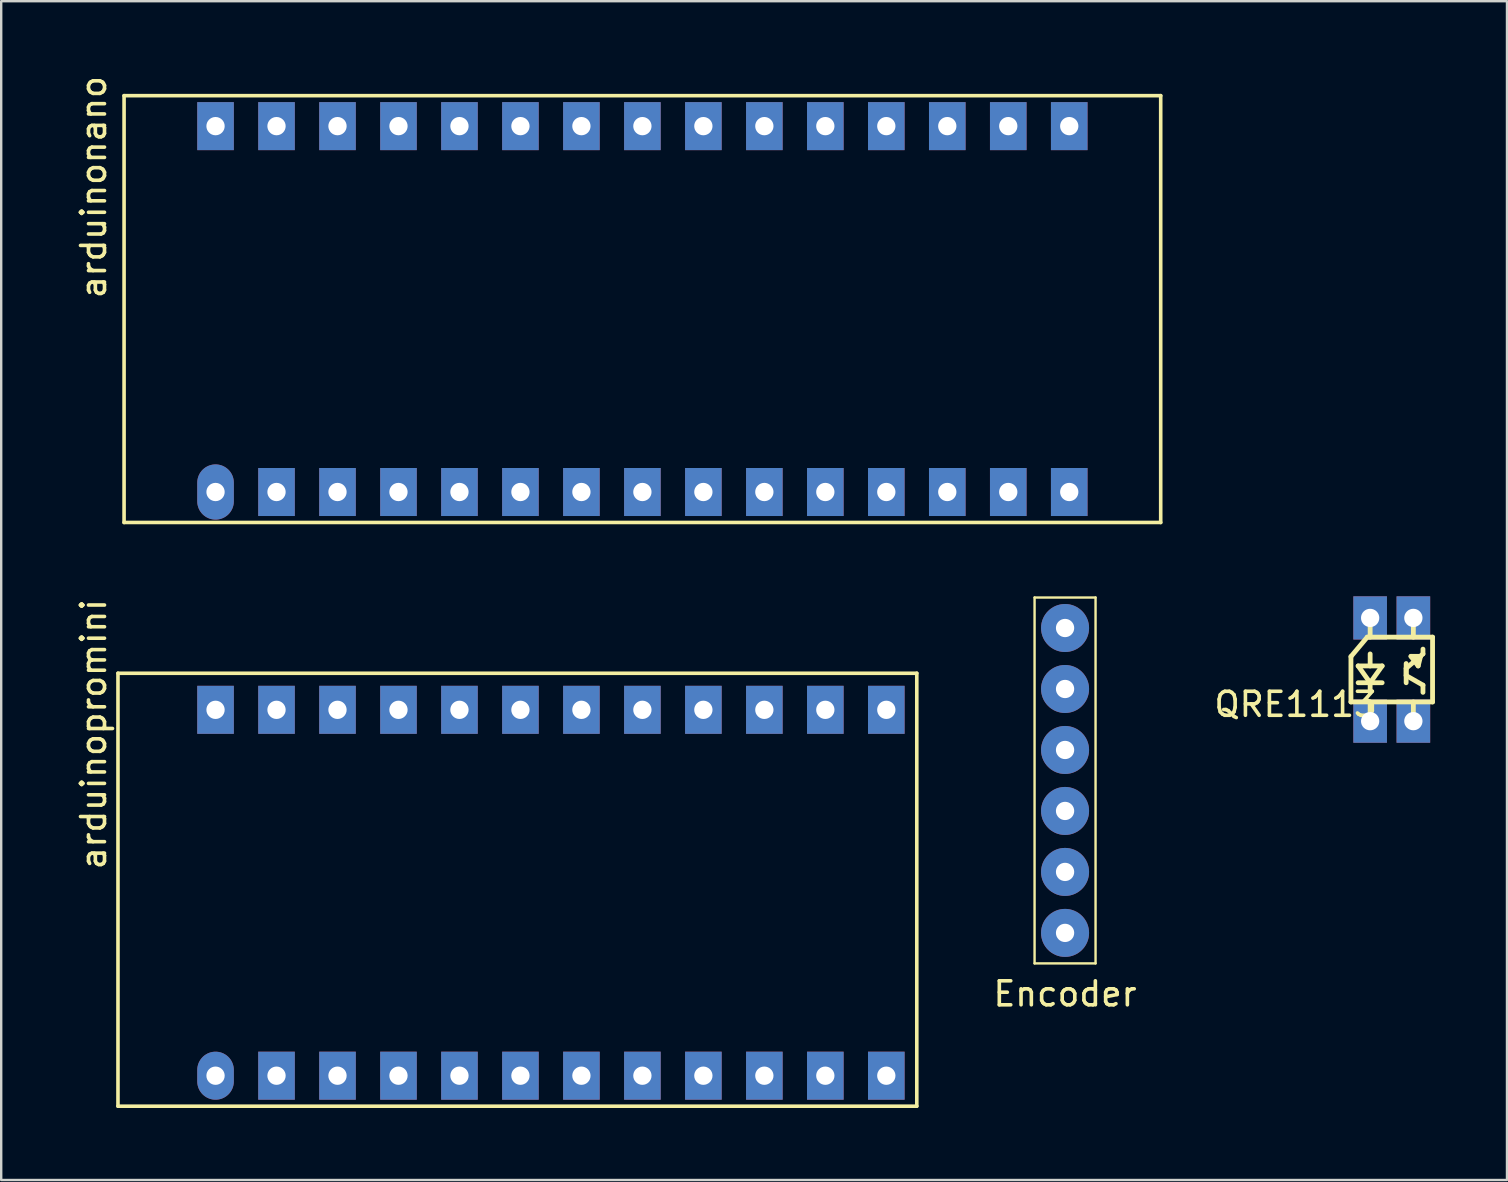
<source format=kicad_pcb>
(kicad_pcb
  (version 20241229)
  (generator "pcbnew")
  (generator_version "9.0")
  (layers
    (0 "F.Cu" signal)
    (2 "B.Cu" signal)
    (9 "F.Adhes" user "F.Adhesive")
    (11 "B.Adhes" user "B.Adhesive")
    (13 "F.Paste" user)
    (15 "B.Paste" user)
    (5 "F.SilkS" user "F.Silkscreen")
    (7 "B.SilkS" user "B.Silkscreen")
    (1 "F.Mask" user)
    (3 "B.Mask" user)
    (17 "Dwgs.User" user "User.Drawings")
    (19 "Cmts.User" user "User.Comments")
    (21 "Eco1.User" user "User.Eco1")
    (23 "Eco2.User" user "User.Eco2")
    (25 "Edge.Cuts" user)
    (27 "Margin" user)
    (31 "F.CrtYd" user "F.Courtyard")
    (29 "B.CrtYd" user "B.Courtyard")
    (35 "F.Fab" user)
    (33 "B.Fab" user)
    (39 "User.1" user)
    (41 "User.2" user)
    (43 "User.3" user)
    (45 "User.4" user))
  (footprint "QRE1113"
    (layer "F.Cu")
    (at 53.222 26.189)
    (property "Reference" "QRE1113" (at -2.3 0.1 0) (layer "F.SilkS") (effects (font (size 1 1) (thickness 0.15))))
    (attr through_hole)
    (fp_line (start 0 -1.89) (end 0 0) (stroke (width 0.2) (type solid)) (layer "F.SilkS"))
    (fp_line (start 0 0) (end 3.4 0) (stroke (width 0.2) (type solid)) (layer "F.SilkS"))
    (fp_line (start 0.3 -1.5) (end 1.3 -1.5) (stroke (width 0.2) (type solid)) (layer "F.SilkS"))
    (fp_line (start 0.68 -2.7) (end 0 -1.89) (stroke (width 0.2) (type solid)) (layer "F.SilkS"))
    (fp_line (start 0.8 -3.5) (end 0.8 -2.7) (stroke (width 0.2) (type solid)) (layer "F.SilkS"))
    (fp_line (start 0.8 -1.5) (end 0.8 -2) (stroke (width 0.2) (type solid)) (layer "F.SilkS"))
    (fp_line (start 0.8 -0.8) (end 0.3 -1.5) (stroke (width 0.2) (type solid)) (layer "F.SilkS"))
    (fp_line (start 0.8 -0.8) (end 0.8 -0.4) (stroke (width 0.2) (type solid)) (layer "F.SilkS"))
    (fp_line (start 0.8 0) (end 0.8 0.8) (stroke (width 0.2) (type solid)) (layer "F.SilkS"))
    (fp_line (start 1.3 -1.5) (end 0.8 -0.8) (stroke (width 0.2) (type solid)) (layer "F.SilkS"))
    (fp_line (start 1.3 -0.8) (end 0.3 -0.8) (stroke (width 0.2) (type solid)) (layer "F.SilkS"))
    (fp_line (start 2.3 -1.4) (end 2.3 -1.1) (stroke (width 0.2) (type solid)) (layer "F.SilkS"))
    (fp_line (start 2.3 -1.1) (end 3 -0.7) (stroke (width 0.2) (type solid)) (layer "F.SilkS"))
    (fp_line (start 2.3 -0.8) (end 2.3 -1.6) (stroke (width 0.2) (type solid)) (layer "F.SilkS"))
    (fp_line (start 2.5 -1.9) (end 2.8 -1.5) (stroke (width 0.2) (type solid)) (layer "F.SilkS"))
    (fp_line (start 2.6 -3.5) (end 2.6 -2.7) (stroke (width 0.2) (type solid)) (layer "F.SilkS"))
    (fp_line (start 2.6 0.8) (end 2.6 0) (stroke (width 0.2) (type solid)) (layer "F.SilkS"))
    (fp_line (start 2.8 -1.5) (end 2.9 -1.9) (stroke (width 0.2) (type solid)) (layer "F.SilkS"))
    (fp_line (start 2.9 -1.9) (end 2.5 -1.9) (stroke (width 0.2) (type solid)) (layer "F.SilkS"))
    (fp_line (start 3 -2) (end 2.3 -1.4) (stroke (width 0.2) (type solid)) (layer "F.SilkS"))
    (fp_line (start 3 -2) (end 3 -2.2) (stroke (width 0.2) (type solid)) (layer "F.SilkS"))
    (fp_line (start 3 -0.7) (end 3 -0.4) (stroke (width 0.2) (type solid)) (layer "F.SilkS"))
    (fp_line (start 3.4 -2.7) (end 0.68 -2.7) (stroke (width 0.2) (type solid)) (layer "F.SilkS"))
    (fp_line (start 3.4 0) (end 3.4 -2.7) (stroke (width 0.2) (type solid)) (layer "F.SilkS"))
    (pad "1" thru_hole rect (at 0.8 -3.5) (size 1.4 1.8) (drill 0.762) (layers "*.Cu" "*.Mask"))
    (pad "2" thru_hole rect (at 0.8 0.8) (size 1.4 1.8) (drill 0.762) (layers "*.Cu" "*.Mask"))
    (pad "3" thru_hole rect (at 2.6 0.8) (size 1.4 1.8) (drill 0.762) (layers "*.Cu" "*.Mask"))
    (pad "4" thru_hole rect (at 2.6 -3.5) (size 1.4 1.8) (drill 0.762) (layers "*.Cu" "*.Mask")))
  (footprint "arduinonano"
    (layer "F.Cu")
    (at 3.388 12.364)
    (property "Reference" "arduinonano" (at -2.54 -7.62 90) (layer "F.SilkS") (effects (font (size 1 1) (thickness 0.15))))
    (attr through_hole)
    (fp_line (start -1.27 -11.43) (end -1.27 6.35) (stroke (width 0.15) (type solid)) (layer "F.SilkS"))
    (fp_line (start -1.27 6.35) (end 41.91 6.35) (stroke (width 0.15) (type solid)) (layer "F.SilkS"))
    (fp_line (start 41.91 -11.43) (end -1.27 -11.43) (stroke (width 0.15) (type solid)) (layer "F.SilkS"))
    (fp_line (start 41.91 6.35) (end 41.91 -11.43) (stroke (width 0.15) (type solid)) (layer "F.SilkS"))
    (pad "1" thru_hole oval (at 2.54 5.08) (size 1.524 2.3) (drill 0.762) (layers "*.Cu" "*.Mask"))
    (pad "2" thru_hole rect (at 5.08 5.08) (size 1.524 2) (drill 0.762) (layers "*.Cu" "*.Mask"))
    (pad "3" thru_hole rect (at 7.62 5.08) (size 1.524 2) (drill 0.762) (layers "*.Cu" "*.Mask"))
    (pad "4" thru_hole rect (at 10.16 5.08) (size 1.524 2) (drill 0.762) (layers "*.Cu" "*.Mask"))
    (pad "5" thru_hole rect (at 12.7 5.08) (size 1.524 2) (drill 0.762) (layers "*.Cu" "*.Mask"))
    (pad "6" thru_hole trapezoid (at 15.24 5.08) (size 1.524 2) (drill 0.762) (layers "*.Cu" "*.Mask"))
    (pad "7" thru_hole trapezoid (at 17.78 5.08) (size 1.524 2) (drill 0.762) (layers "*.Cu" "*.Mask"))
    (pad "8" thru_hole trapezoid (at 20.32 5.08) (size 1.524 2) (drill 0.762) (layers "*.Cu" "*.Mask"))
    (pad "9" thru_hole trapezoid (at 22.86 5.08) (size 1.524 2) (drill 0.762) (layers "*.Cu" "*.Mask"))
    (pad "10" thru_hole trapezoid (at 25.4 5.08) (size 1.524 2) (drill 0.762) (layers "*.Cu" "*.Mask"))
    (pad "11" thru_hole trapezoid (at 27.94 5.08) (size 1.524 2) (drill 0.762) (layers "*.Cu" "*.Mask"))
    (pad "12" thru_hole trapezoid (at 30.48 5.08) (size 1.524 2) (drill 0.762) (layers "*.Cu" "*.Mask"))
    (pad "13" thru_hole trapezoid (at 33.02 5.08) (size 1.524 2) (drill 0.762) (layers "*.Cu" "*.Mask"))
    (pad "14" thru_hole trapezoid (at 35.56 5.08) (size 1.524 2) (drill 0.762) (layers "*.Cu" "*.Mask"))
    (pad "15" thru_hole trapezoid (at 38.1 5.08) (size 1.524 2) (drill 0.762) (layers "*.Cu" "*.Mask"))
    (pad "16" thru_hole rect (at 38.1 -10.16) (size 1.524 2) (drill 0.762) (layers "*.Cu" "*.Mask"))
    (pad "17" thru_hole trapezoid (at 35.56 -10.16) (size 1.524 2) (drill 0.762) (layers "*.Cu" "*.Mask"))
    (pad "18" thru_hole trapezoid (at 33.02 -10.16) (size 1.524 2) (drill 0.762) (layers "*.Cu" "*.Mask"))
    (pad "19" thru_hole trapezoid (at 30.48 -10.16) (size 1.524 2) (drill 0.762) (layers "*.Cu" "*.Mask"))
    (pad "20" thru_hole trapezoid (at 27.94 -10.16) (size 1.524 2) (drill 0.762) (layers "*.Cu" "*.Mask"))
    (pad "21" thru_hole trapezoid (at 25.4 -10.16) (size 1.524 2) (drill 0.762) (layers "*.Cu" "*.Mask"))
    (pad "22" thru_hole trapezoid (at 22.86 -10.16) (size 1.524 2) (drill 0.762) (layers "*.Cu" "*.Mask"))
    (pad "23" thru_hole trapezoid (at 20.32 -10.16) (size 1.524 2) (drill 0.762) (layers "*.Cu" "*.Mask"))
    (pad "24" thru_hole trapezoid (at 17.78 -10.16) (size 1.524 2) (drill 0.762) (layers "*.Cu" "*.Mask"))
    (pad "25" thru_hole trapezoid (at 15.24 -10.16) (size 1.524 2) (drill 0.762) (layers "*.Cu" "*.Mask"))
    (pad "26" thru_hole trapezoid (at 12.7 -10.16) (size 1.524 2) (drill 0.762) (layers "*.Cu" "*.Mask"))
    (pad "27" thru_hole trapezoid (at 10.16 -10.16) (size 1.524 2) (drill 0.762) (layers "*.Cu" "*.Mask"))
    (pad "28" thru_hole trapezoid (at 7.62 -10.16) (size 1.524 2) (drill 0.762) (layers "*.Cu" "*.Mask"))
    (pad "29" thru_hole trapezoid (at 5.08 -10.16) (size 1.524 2) (drill 0.762) (layers "*.Cu" "*.Mask"))
    (pad "30" thru_hole trapezoid (at 2.54 -10.16) (size 1.524 2) (drill 0.762) (layers "*.Cu" "*.Mask")))
  (footprint "arduinopromini"
    (layer "F.Cu")
    (at 23.708 39.217)
    (property "Reference" "arduinopromini" (at -22.86 -11.684 90) (layer "F.SilkS") (effects (font (size 1 1) (thickness 0.15))))
    (attr through_hole)
    (fp_line (start -21.844 -14.224) (end 11.43 -14.224) (stroke (width 0.15) (type solid)) (layer "F.SilkS"))
    (fp_line (start -21.844 3.81) (end -21.844 -14.224) (stroke (width 0.15) (type solid)) (layer "F.SilkS"))
    (fp_line (start 11.43 -14.224) (end 11.43 3.81) (stroke (width 0.15) (type solid)) (layer "F.SilkS"))
    (fp_line (start 11.43 3.81) (end -21.844 3.81) (stroke (width 0.15) (type solid)) (layer "F.SilkS"))
    (pad "1" thru_hole oval (at -17.78 2.54) (size 1.524 2) (drill 0.762) (layers "*.Cu" "*.Mask"))
    (pad "2" thru_hole trapezoid (at -15.24 2.54) (size 1.524 2) (drill 0.762) (layers "*.Cu" "*.Mask"))
    (pad "3" thru_hole trapezoid (at -12.7 2.54) (size 1.524 2) (drill 0.762) (layers "*.Cu" "*.Mask"))
    (pad "4" thru_hole trapezoid (at -10.16 2.54) (size 1.524 2) (drill 0.762) (layers "*.Cu" "*.Mask"))
    (pad "5" thru_hole trapezoid (at -7.62 2.54) (size 1.524 2) (drill 0.762) (layers "*.Cu" "*.Mask"))
    (pad "6" thru_hole trapezoid (at -5.08 2.54) (size 1.524 2) (drill 0.762) (layers "*.Cu" "*.Mask"))
    (pad "7" thru_hole trapezoid (at -2.54 2.54) (size 1.524 2) (drill 0.762) (layers "*.Cu" "*.Mask"))
    (pad "8" thru_hole trapezoid (at 0 2.54) (size 1.524 2) (drill 0.762) (layers "*.Cu" "*.Mask"))
    (pad "9" thru_hole trapezoid (at 2.54 2.54) (size 1.524 2) (drill 0.762) (layers "*.Cu" "*.Mask"))
    (pad "10" thru_hole trapezoid (at 5.08 2.54) (size 1.524 2) (drill 0.762) (layers "*.Cu" "*.Mask"))
    (pad "11" thru_hole trapezoid (at 7.62 2.54) (size 1.524 2) (drill 0.762) (layers "*.Cu" "*.Mask"))
    (pad "12" thru_hole trapezoid (at 10.16 2.54) (size 1.524 2) (drill 0.762) (layers "*.Cu" "*.Mask"))
    (pad "13" thru_hole trapezoid (at 10.16 -12.7) (size 1.524 2) (drill 0.762) (layers "*.Cu" "*.Mask"))
    (pad "14" thru_hole trapezoid (at 7.62 -12.7) (size 1.524 2) (drill 0.762) (layers "*.Cu" "*.Mask"))
    (pad "15" thru_hole trapezoid (at 5.08 -12.7) (size 1.524 2) (drill 0.762) (layers "*.Cu" "*.Mask"))
    (pad "16" thru_hole trapezoid (at 2.54 -12.7) (size 1.524 2) (drill 0.762) (layers "*.Cu" "*.Mask"))
    (pad "17" thru_hole trapezoid (at 0 -12.7) (size 1.524 2) (drill 0.762) (layers "*.Cu" "*.Mask"))
    (pad "18" thru_hole trapezoid (at -2.54 -12.7) (size 1.524 2) (drill 0.762) (layers "*.Cu" "*.Mask"))
    (pad "19" thru_hole trapezoid (at -5.08 -12.7) (size 1.524 2) (drill 0.762) (layers "*.Cu" "*.Mask"))
    (pad "20" thru_hole trapezoid (at -7.62 -12.7) (size 1.524 2) (drill 0.762) (layers "*.Cu" "*.Mask"))
    (pad "21" thru_hole trapezoid (at -10.16 -12.7) (size 1.524 2) (drill 0.762) (layers "*.Cu" "*.Mask"))
    (pad "22" thru_hole trapezoid (at -12.7 -12.7) (size 1.524 2) (drill 0.762) (layers "*.Cu" "*.Mask"))
    (pad "23" thru_hole trapezoid (at -15.24 -12.7) (size 1.524 2) (drill 0.762) (layers "*.Cu" "*.Mask"))
    (pad "24" thru_hole trapezoid (at -17.78 -12.7) (size 1.524 2) (drill 0.762) (layers "*.Cu" "*.Mask")))
  (footprint "Encoder"
    (layer "F.Cu")
    (at 41.314 25.649)
    (property "Reference" "Encoder" (at 0 12.7 0) (layer "F.SilkS") (effects (font (size 1 1) (thickness 0.15))))
    (attr through_hole)
    (fp_line (start -1.27 -3.81) (end 1.27 -3.81) (stroke (width 0.1) (type solid)) (layer "F.SilkS"))
    (fp_line (start -1.27 11.43) (end -1.27 -3.81) (stroke (width 0.1) (type solid)) (layer "F.SilkS"))
    (fp_line (start 1.27 -3.81) (end 1.27 11.43) (stroke (width 0.1) (type solid)) (layer "F.SilkS"))
    (fp_line (start 1.27 11.43) (end -1.27 11.43) (stroke (width 0.1) (type solid)) (layer "F.SilkS"))
    (pad "1" thru_hole circle (at 0 -2.54) (size 2 2) (drill 0.762) (layers "*.Cu" "*.Mask"))
    (pad "2" thru_hole circle (at 0 0) (size 2 2) (drill 0.762) (layers "*.Cu" "*.Mask"))
    (pad "3" thru_hole circle (at 0 2.54) (size 2 2) (drill 0.762) (layers "*.Cu" "*.Mask"))
    (pad "4" thru_hole circle (at 0 5.08) (size 2 2) (drill 0.762) (layers "*.Cu" "*.Mask"))
    (pad "5" thru_hole circle (at 0 7.62) (size 2 2) (drill 0.762) (layers "*.Cu" "*.Mask"))
    (pad "6" thru_hole circle (at 0 10.16) (size 2 2) (drill 0.762) (layers "*.Cu" "*.Mask")))
  (gr_rect
    (start -3 -3)
    (end 59.722 46.102)
    (stroke (width 0.1) (type default))
    (fill no)
    (layer "Edge.Cuts")))
</source>
